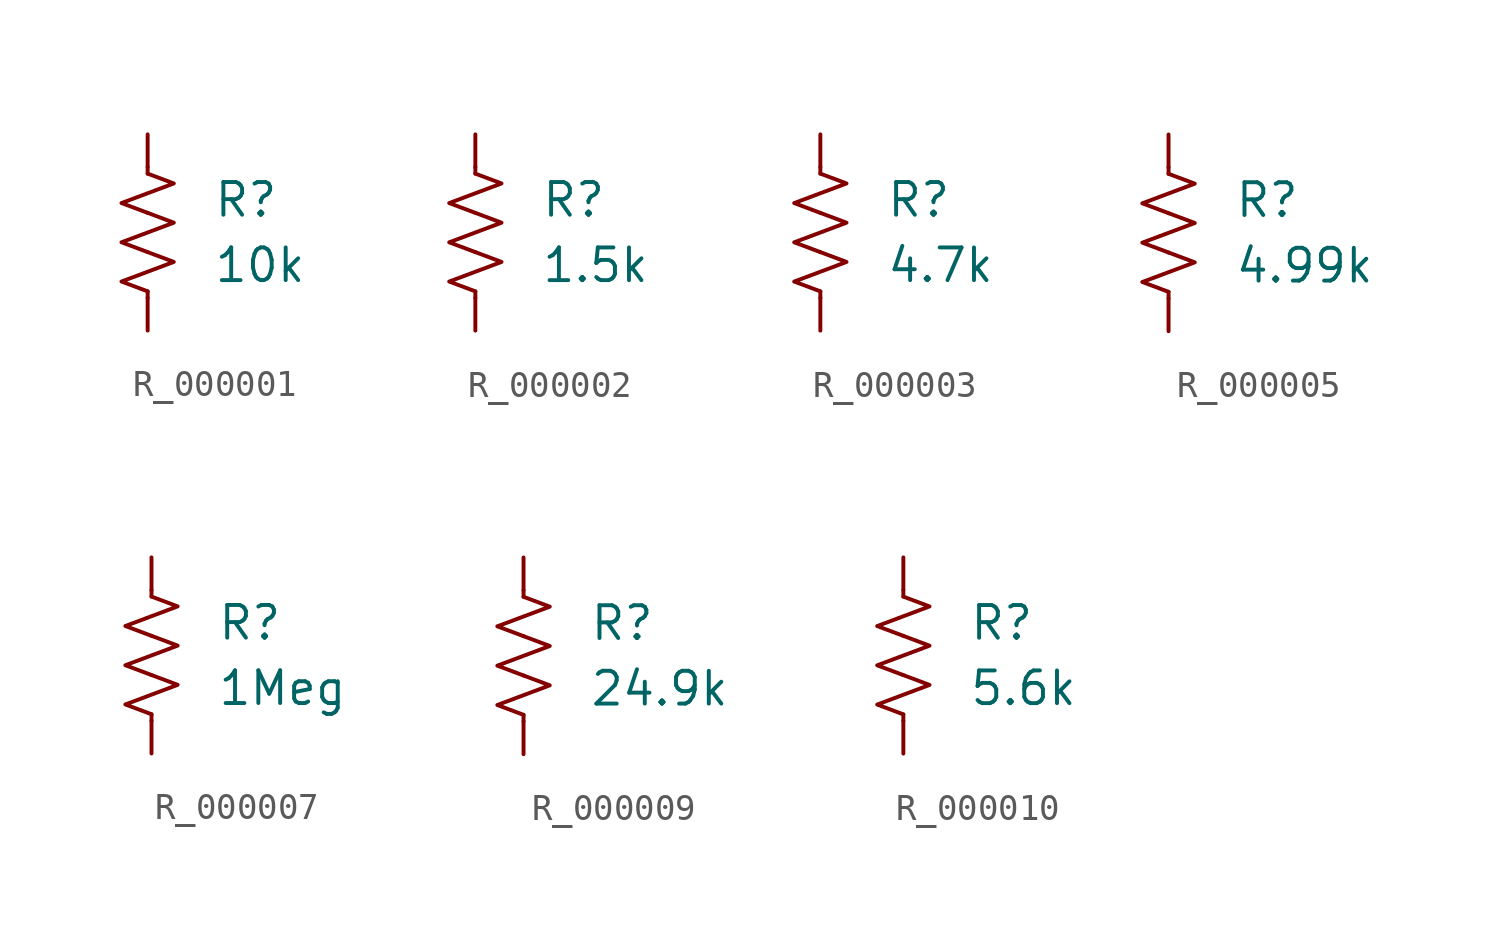
<source format=kicad_sym>
(kicad_symbol_lib
  (version 20231120)
  (generator "kicad_symbol_editor")
  (generator_version "8.0")
  (symbol "R_000001"
    (pin_numbers hide)
    (pin_names
      (offset 0))
    (property "Reference" "R"
      (at 2.54 1.27 0)
      (effects (font (size 1.27 1.27)) (justify left)))
    (property "Value" "10k"
      (at 2.54 -1.27 0)
      (effects (font (size 1.27 1.27)) (justify left)))
    (symbol "R_000001_0_1"
      (polyline (pts (xy 0 -2.286) (xy 0 -2.54)) (stroke (width 0) (type default)) (fill (type none)))
      (polyline (pts (xy 0 2.286) (xy 0 2.54)) (stroke (width 0) (type default)) (fill (type none)))
      (polyline (pts (xy 0 -0.762) (xy 1.016 -1.143) (xy 0 -1.524) (xy -1.016 -1.905) (xy 0 -2.286)) (stroke (width 0) (type default)) (fill (type none)))
      (polyline (pts (xy 0 0.762) (xy 1.016 0.381) (xy 0 0) (xy -1.016 -0.381) (xy 0 -0.762)) (stroke (width 0) (type default)) (fill (type none)))
      (polyline (pts (xy 0 2.286) (xy 1.016 1.905) (xy 0 1.524) (xy -1.016 1.143) (xy 0 0.762)) (stroke (width 0) (type default)) (fill (type none))))
    (symbol "R_000001_1_1"
      (pin passive line (at 0 3.81 270) (length 1.27) (name "~" (effects (font (size 1.27 1.27)))) (number "1" (effects (font (size 1.27 1.27)))))
      (pin passive line (at 0 -3.81 90) (length 1.27) (name "~" (effects (font (size 1.27 1.27)))) (number "2" (effects (font (size 1.27 1.27)))))))
  (symbol "R_000002"
    (pin_numbers hide)
    (pin_names
      (offset 0))
    (property "Reference" "R"
      (at 2.54 1.27 0)
      (effects (font (size 1.27 1.27)) (justify left)))
    (property "Value" "1.5k"
      (at 2.54 -1.27 0)
      (effects (font (size 1.27 1.27)) (justify left)))
    (symbol "R_000002_0_1"
      (polyline (pts (xy 0 -2.286) (xy 0 -2.54)) (stroke (width 0) (type default)) (fill (type none)))
      (polyline (pts (xy 0 2.286) (xy 0 2.54)) (stroke (width 0) (type default)) (fill (type none)))
      (polyline (pts (xy 0 -0.762) (xy 1.016 -1.143) (xy 0 -1.524) (xy -1.016 -1.905) (xy 0 -2.286)) (stroke (width 0) (type default)) (fill (type none)))
      (polyline (pts (xy 0 0.762) (xy 1.016 0.381) (xy 0 0) (xy -1.016 -0.381) (xy 0 -0.762)) (stroke (width 0) (type default)) (fill (type none)))
      (polyline (pts (xy 0 2.286) (xy 1.016 1.905) (xy 0 1.524) (xy -1.016 1.143) (xy 0 0.762)) (stroke (width 0) (type default)) (fill (type none))))
    (symbol "R_000002_1_1"
      (pin passive line (at 0 3.81 270) (length 1.27) (name "~" (effects (font (size 1.27 1.27)))) (number "1" (effects (font (size 1.27 1.27)))))
      (pin passive line (at 0 -3.81 90) (length 1.27) (name "~" (effects (font (size 1.27 1.27)))) (number "2" (effects (font (size 1.27 1.27)))))))
  (symbol "R_000003"
    (pin_numbers hide)
    (pin_names
      (offset 0))
    (property "Reference" "R"
      (at 2.54 1.27 0)
      (effects (font (size 1.27 1.27)) (justify left)))
    (property "Value" "4.7k"
      (at 2.54 -1.27 0)
      (effects (font (size 1.27 1.27)) (justify left)))
    (symbol "R_000003_0_1"
      (polyline (pts (xy 0 -2.286) (xy 0 -2.54)) (stroke (width 0) (type default)) (fill (type none)))
      (polyline (pts (xy 0 2.286) (xy 0 2.54)) (stroke (width 0) (type default)) (fill (type none)))
      (polyline (pts (xy 0 -0.762) (xy 1.016 -1.143) (xy 0 -1.524) (xy -1.016 -1.905) (xy 0 -2.286)) (stroke (width 0) (type default)) (fill (type none)))
      (polyline (pts (xy 0 0.762) (xy 1.016 0.381) (xy 0 0) (xy -1.016 -0.381) (xy 0 -0.762)) (stroke (width 0) (type default)) (fill (type none)))
      (polyline (pts (xy 0 2.286) (xy 1.016 1.905) (xy 0 1.524) (xy -1.016 1.143) (xy 0 0.762)) (stroke (width 0) (type default)) (fill (type none))))
    (symbol "R_000003_1_1"
      (pin passive line (at 0 3.81 270) (length 1.27) (name "~" (effects (font (size 1.27 1.27)))) (number "1" (effects (font (size 1.27 1.27)))))
      (pin passive line (at 0 -3.81 90) (length 1.27) (name "~" (effects (font (size 1.27 1.27)))) (number "2" (effects (font (size 1.27 1.27)))))))
  (symbol "R_000005"
    (pin_numbers hide)
    (pin_names
      (offset 0))
    (property "Reference" "R"
      (at 2.54 1.27 0)
      (effects (font (size 1.27 1.27)) (justify left)))
    (property "Value" "4.99k"
      (at 2.54 -1.27 0)
      (effects (font (size 1.27 1.27)) (justify left)))
    (symbol "R_000005_0_1"
      (polyline (pts (xy 0 -2.286) (xy 0 -2.54)) (stroke (width 0) (type default)) (fill (type none)))
      (polyline (pts (xy 0 2.286) (xy 0 2.54)) (stroke (width 0) (type default)) (fill (type none)))
      (polyline (pts (xy 0 -0.762) (xy 1.016 -1.143) (xy 0 -1.524) (xy -1.016 -1.905) (xy 0 -2.286)) (stroke (width 0) (type default)) (fill (type none)))
      (polyline (pts (xy 0 0.762) (xy 1.016 0.381) (xy 0 0) (xy -1.016 -0.381) (xy 0 -0.762)) (stroke (width 0) (type default)) (fill (type none)))
      (polyline (pts (xy 0 2.286) (xy 1.016 1.905) (xy 0 1.524) (xy -1.016 1.143) (xy 0 0.762)) (stroke (width 0) (type default)) (fill (type none))))
    (symbol "R_000005_1_1"
      (pin passive line (at 0 3.81 270) (length 1.27) (name "~" (effects (font (size 1.27 1.27)))) (number "1" (effects (font (size 1.27 1.27)))))
      (pin passive line (at 0 -3.81 90) (length 1.27) (name "~" (effects (font (size 1.27 1.27)))) (number "2" (effects (font (size 1.27 1.27)))))))
  (symbol "R_000007"
    (pin_numbers hide)
    (pin_names
      (offset 0))
    (property "Reference" "R"
      (at 2.54 1.27 0)
      (effects (font (size 1.27 1.27)) (justify left)))
    (property "Value" "1Meg"
      (at 2.54 -1.27 0)
      (effects (font (size 1.27 1.27)) (justify left)))
    (symbol "R_000007_0_1"
      (polyline (pts (xy 0 -2.286) (xy 0 -2.54)) (stroke (width 0) (type default)) (fill (type none)))
      (polyline (pts (xy 0 2.286) (xy 0 2.54)) (stroke (width 0) (type default)) (fill (type none)))
      (polyline (pts (xy 0 -0.762) (xy 1.016 -1.143) (xy 0 -1.524) (xy -1.016 -1.905) (xy 0 -2.286)) (stroke (width 0) (type default)) (fill (type none)))
      (polyline (pts (xy 0 0.762) (xy 1.016 0.381) (xy 0 0) (xy -1.016 -0.381) (xy 0 -0.762)) (stroke (width 0) (type default)) (fill (type none)))
      (polyline (pts (xy 0 2.286) (xy 1.016 1.905) (xy 0 1.524) (xy -1.016 1.143) (xy 0 0.762)) (stroke (width 0) (type default)) (fill (type none))))
    (symbol "R_000007_1_1"
      (pin passive line (at 0 3.81 270) (length 1.27) (name "~" (effects (font (size 1.27 1.27)))) (number "1" (effects (font (size 1.27 1.27)))))
      (pin passive line (at 0 -3.81 90) (length 1.27) (name "~" (effects (font (size 1.27 1.27)))) (number "2" (effects (font (size 1.27 1.27)))))))
  (symbol "R_000009"
    (pin_numbers hide)
    (pin_names
      (offset 0))
    (property "Reference" "R"
      (at 2.54 1.27 0)
      (effects (font (size 1.27 1.27)) (justify left)))
    (property "Value" "24.9k"
      (at 2.54 -1.27 0)
      (effects (font (size 1.27 1.27)) (justify left)))
    (symbol "R_000009_0_1"
      (polyline (pts (xy 0 -2.286) (xy 0 -2.54)) (stroke (width 0) (type default)) (fill (type none)))
      (polyline (pts (xy 0 2.286) (xy 0 2.54)) (stroke (width 0) (type default)) (fill (type none)))
      (polyline (pts (xy 0 -0.762) (xy 1.016 -1.143) (xy 0 -1.524) (xy -1.016 -1.905) (xy 0 -2.286)) (stroke (width 0) (type default)) (fill (type none)))
      (polyline (pts (xy 0 0.762) (xy 1.016 0.381) (xy 0 0) (xy -1.016 -0.381) (xy 0 -0.762)) (stroke (width 0) (type default)) (fill (type none)))
      (polyline (pts (xy 0 2.286) (xy 1.016 1.905) (xy 0 1.524) (xy -1.016 1.143) (xy 0 0.762)) (stroke (width 0) (type default)) (fill (type none))))
    (symbol "R_000009_1_1"
      (pin passive line (at 0 3.81 270) (length 1.27) (name "~" (effects (font (size 1.27 1.27)))) (number "1" (effects (font (size 1.27 1.27)))))
      (pin passive line (at 0 -3.81 90) (length 1.27) (name "~" (effects (font (size 1.27 1.27)))) (number "2" (effects (font (size 1.27 1.27)))))))
  (symbol "R_000010"
    (pin_numbers hide)
    (pin_names
      (offset 0))
    (property "Reference" "R"
      (at 2.54 1.27 0)
      (effects (font (size 1.27 1.27)) (justify left)))
    (property "Value" "5.6k"
      (at 2.54 -1.27 0)
      (effects (font (size 1.27 1.27)) (justify left)))
    (symbol "R_000010_0_1"
      (polyline (pts (xy 0 -2.286) (xy 0 -2.54)) (stroke (width 0) (type default)) (fill (type none)))
      (polyline (pts (xy 0 2.286) (xy 0 2.54)) (stroke (width 0) (type default)) (fill (type none)))
      (polyline (pts (xy 0 -0.762) (xy 1.016 -1.143) (xy 0 -1.524) (xy -1.016 -1.905) (xy 0 -2.286)) (stroke (width 0) (type default)) (fill (type none)))
      (polyline (pts (xy 0 0.762) (xy 1.016 0.381) (xy 0 0) (xy -1.016 -0.381) (xy 0 -0.762)) (stroke (width 0) (type default)) (fill (type none)))
      (polyline (pts (xy 0 2.286) (xy 1.016 1.905) (xy 0 1.524) (xy -1.016 1.143) (xy 0 0.762)) (stroke (width 0) (type default)) (fill (type none))))
    (symbol "R_000010_1_1"
      (pin passive line (at 0 3.81 270) (length 1.27) (name "~" (effects (font (size 1.27 1.27)))) (number "1" (effects (font (size 1.27 1.27)))))
      (pin passive line (at 0 -3.81 90) (length 1.27) (name "~" (effects (font (size 1.27 1.27)))) (number "2" (effects (font (size 1.27 1.27))))))))
</source>
